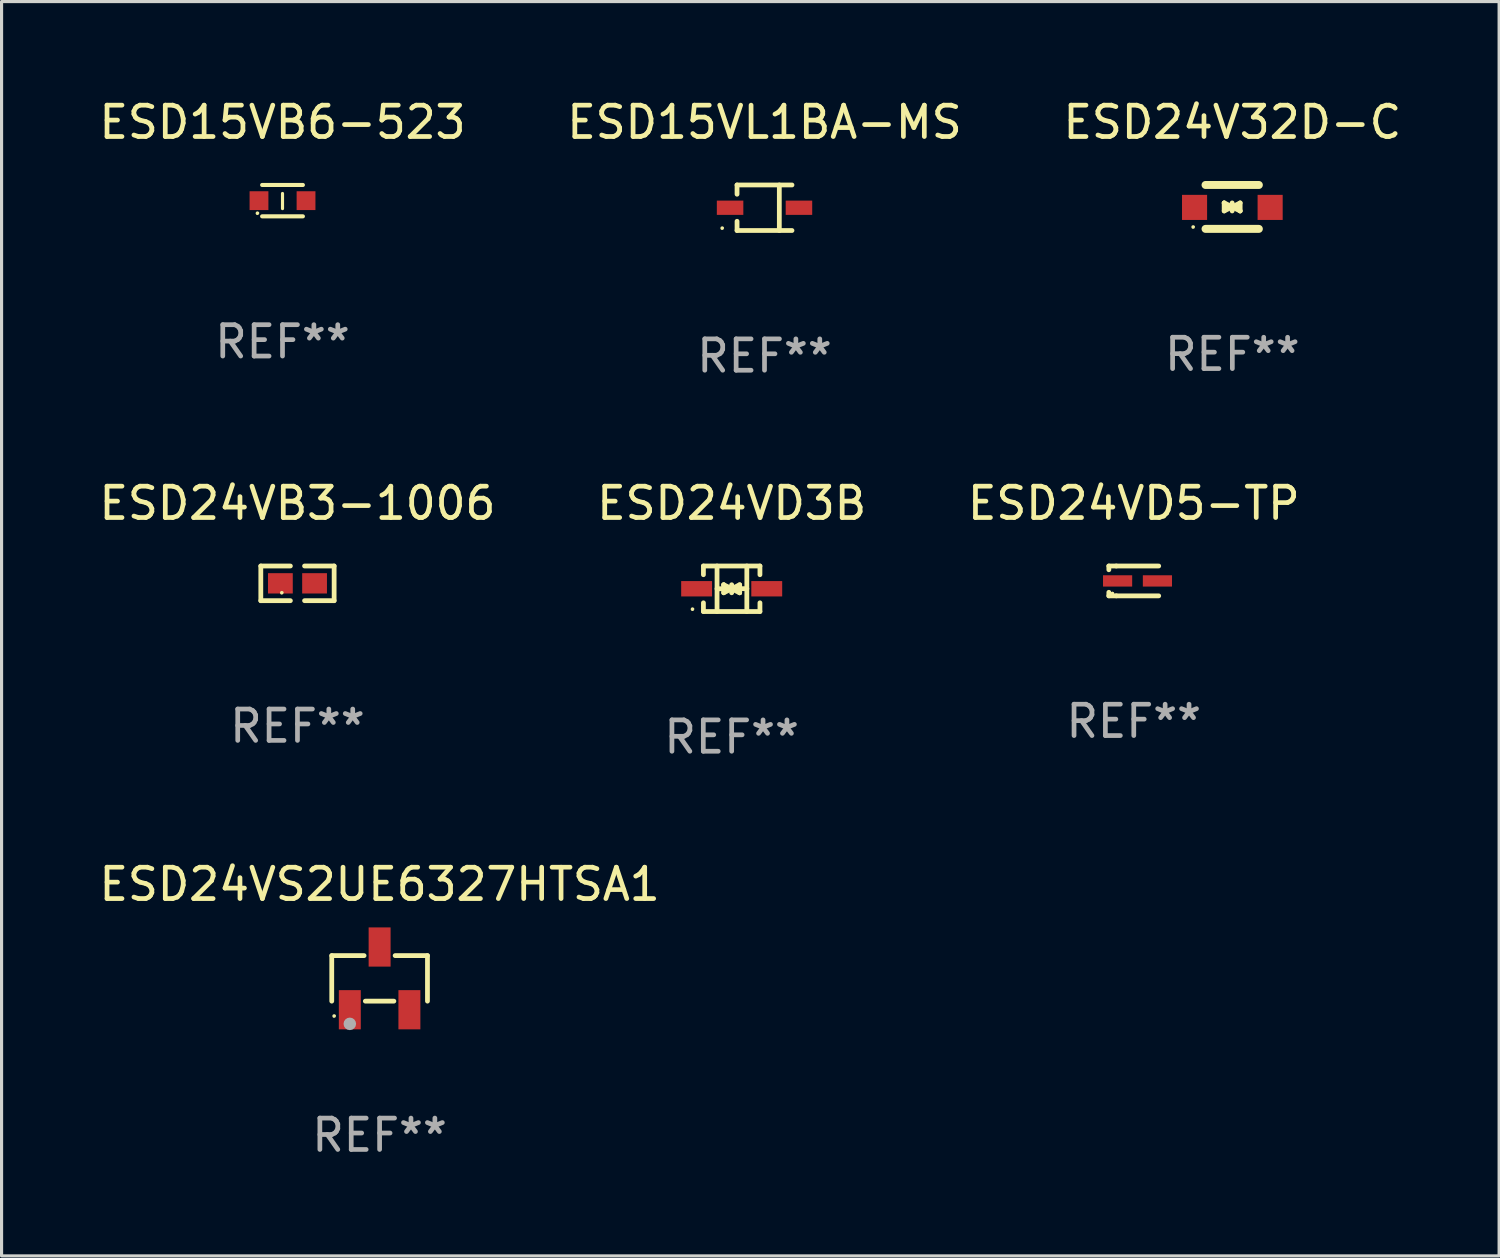
<source format=kicad_pcb>
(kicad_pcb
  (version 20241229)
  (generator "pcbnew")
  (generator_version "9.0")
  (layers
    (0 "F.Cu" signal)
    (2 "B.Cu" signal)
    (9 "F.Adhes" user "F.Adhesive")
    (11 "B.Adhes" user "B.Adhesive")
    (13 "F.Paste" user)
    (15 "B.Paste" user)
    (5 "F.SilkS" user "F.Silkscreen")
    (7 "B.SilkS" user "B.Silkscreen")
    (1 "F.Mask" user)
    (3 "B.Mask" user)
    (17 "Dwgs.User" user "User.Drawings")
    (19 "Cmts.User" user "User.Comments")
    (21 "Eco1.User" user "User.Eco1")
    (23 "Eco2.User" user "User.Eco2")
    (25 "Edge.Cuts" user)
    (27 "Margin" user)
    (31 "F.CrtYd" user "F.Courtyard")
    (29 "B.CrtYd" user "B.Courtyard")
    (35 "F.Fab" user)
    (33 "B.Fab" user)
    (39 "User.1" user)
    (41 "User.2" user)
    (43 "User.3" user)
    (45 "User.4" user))
  (footprint "ESD24VB3-1006"
    (layer "F.Cu")
    (at 6.435 15.55)
    (property "Reference" "ESD24VB3-1006" (at 0 -2.553 0) (layer "F.SilkS") (effects (font (size 1 1) (thickness 0.15))))
    (attr through_hole)
    (fp_line (start -1.169 -0.553) (end -0.226 -0.553) (stroke (width 0.152) (type solid)) (layer "F.SilkS"))
    (fp_line (start -1.169 0.553) (end -1.169 -0.553) (stroke (width 0.152) (type solid)) (layer "F.SilkS"))
    (fp_line (start -0.226 0.553) (end -1.169 0.553) (stroke (width 0.152) (type solid)) (layer "F.SilkS"))
    (fp_line (start 0.226 0.553) (end 1.169 0.553) (stroke (width 0.152) (type solid)) (layer "F.SilkS"))
    (fp_line (start 1.169 -0.553) (end 0.226 -0.553) (stroke (width 0.152) (type solid)) (layer "F.SilkS"))
    (fp_line (start 1.169 0.553) (end 1.169 -0.553) (stroke (width 0.152) (type solid)) (layer "F.SilkS"))
    (fp_circle (center -0.5 0.3) (end -0.47 0.3) (stroke (width 0.06) (type solid)) (fill no) (layer "F.SilkS"))
    (fp_text user "REF**" (at 0 4.553 0) (layer "F.Fab") (effects (font (size 1 1) (thickness 0.15))))
    (pad "1" smd rect (at -0.545 0) (size 0.79 0.648) (layers "F.Cu" "F.Mask" "F.Paste"))
    (pad "2" smd rect (at 0.545 0) (size 0.79 0.648) (layers "F.Cu" "F.Mask" "F.Paste")))
  (footprint "ESD24VD3B"
    (layer "F.Cu")
    (at 20.28 15.723)
    (property "Reference" "ESD24VD3B" (at 0 -2.726 0) (layer "F.SilkS") (effects (font (size 1 1) (thickness 0.15))))
    (attr through_hole)
    (fp_line (start -0.901 -0.726) (end -0.901 -0.448) (stroke (width 0.152) (type solid)) (layer "F.SilkS"))
    (fp_line (start -0.901 0.726) (end -0.901 0.448) (stroke (width 0.152) (type solid)) (layer "F.SilkS"))
    (fp_line (start -0.467 0) (end 0.483 -0.003) (stroke (width 0.154) (type solid)) (layer "F.SilkS"))
    (fp_line (start -0.467 0.726) (end -0.467 -0.726) (stroke (width 0.152) (type solid)) (layer "F.SilkS"))
    (fp_line (start -0.254 -0.127) (end -0.254 -0.127) (stroke (width 0.154) (type solid)) (layer "F.SilkS"))
    (fp_line (start -0.254 -0.127) (end -0.002 -0.003) (stroke (width 0.154) (type solid)) (layer "F.SilkS"))
    (fp_line (start -0.254 0.127) (end -0.254 -0.127) (stroke (width 0.154) (type solid)) (layer "F.SilkS"))
    (fp_line (start -0.127 0) (end 0.003 0) (stroke (width 0.154) (type solid)) (layer "F.SilkS"))
    (fp_line (start -0.003 0) (end -0.254 0.127) (stroke (width 0.154) (type solid)) (layer "F.SilkS"))
    (fp_line (start 0 -0.127) (end 0 0.127) (stroke (width 0.154) (type solid)) (layer "F.SilkS"))
    (fp_line (start 0.003 0) (end 0.254 -0.127) (stroke (width 0.154) (type solid)) (layer "F.SilkS"))
    (fp_line (start 0.127 0) (end -0.003 0) (stroke (width 0.154) (type solid)) (layer "F.SilkS"))
    (fp_line (start 0.254 -0.127) (end 0.254 0.127) (stroke (width 0.154) (type solid)) (layer "F.SilkS"))
    (fp_line (start 0.254 0.127) (end 0.002 0.003) (stroke (width 0.154) (type solid)) (layer "F.SilkS"))
    (fp_line (start 0.254 0.127) (end 0.254 0.127) (stroke (width 0.154) (type solid)) (layer "F.SilkS"))
    (fp_line (start 0.483 0.726) (end 0.483 -0.726) (stroke (width 0.152) (type solid)) (layer "F.SilkS"))
    (fp_line (start 0.901 -0.726) (end -0.901 -0.726) (stroke (width 0.152) (type solid)) (layer "F.SilkS"))
    (fp_line (start 0.901 -0.726) (end 0.901 -0.448) (stroke (width 0.152) (type solid)) (layer "F.SilkS"))
    (fp_line (start 0.901 0.726) (end -0.901 0.726) (stroke (width 0.152) (type solid)) (layer "F.SilkS"))
    (fp_line (start 0.901 0.726) (end 0.901 0.448) (stroke (width 0.152) (type solid)) (layer "F.SilkS"))
    (fp_circle (center -1.25 0.65) (end -1.22 0.65) (stroke (width 0.06) (type solid)) (fill no) (layer "F.SilkS"))
    (fp_text user "REF**" (at 0 4.726 0) (layer "F.Fab") (effects (font (size 1 1) (thickness 0.15))))
    (pad "1" smd rect (at -1.118 0) (size 0.985 0.49) (layers "F.Cu" "F.Mask" "F.Paste"))
    (pad "2" smd rect (at 1.118 0) (size 0.985 0.49) (layers "F.Cu" "F.Mask" "F.Paste")))
  (footprint "ESD15VL1BA-MS"
    (layer "F.Cu")
    (at 21.327 3.574)
    (property "Reference" "ESD15VL1BA-MS" (at 0 -2.726 0) (layer "F.SilkS") (effects (font (size 1 1) (thickness 0.15))))
    (attr through_hole)
    (fp_line (start -0.876 -0.726) (end -0.876 -0.431) (stroke (width 0.152) (type solid)) (layer "F.SilkS"))
    (fp_line (start -0.876 0.726) (end -0.876 0.431) (stroke (width 0.152) (type solid)) (layer "F.SilkS"))
    (fp_line (start 0.472 -0.726) (end 0.472 0.726) (stroke (width 0.152) (type solid)) (layer "F.SilkS"))
    (fp_line (start 0.876 -0.726) (end -0.876 -0.726) (stroke (width 0.152) (type solid)) (layer "F.SilkS"))
    (fp_line (start 0.876 0.726) (end -0.876 0.726) (stroke (width 0.152) (type solid)) (layer "F.SilkS"))
    (fp_circle (center -1.35 0.65) (end -1.32 0.65) (stroke (width 0.06) (type solid)) (fill no) (layer "F.SilkS"))
    (fp_text user "REF**" (at 0 4.726 0) (layer "F.Fab") (effects (font (size 1 1) (thickness 0.15))))
    (pad "1" smd rect (at -1.098 -0.000025 180) (size 0.845 0.455) (layers "F.Cu" "F.Mask" "F.Paste"))
    (pad "2" smd rect (at 1.098 -0.000025 180) (size 0.845 0.455) (layers "F.Cu" "F.Mask" "F.Paste")))
  (footprint "ESD15VB6-523"
    (layer "F.Cu")
    (at 5.958 3.348)
    (property "Reference" "ESD15VB6-523" (at 0 -2.5 0) (layer "F.SilkS") (effects (font (size 1 1) (thickness 0.15))))
    (attr through_hole)
    (fp_line (start -0.65 -0.5) (end 0.65 -0.5) (stroke (width 0.13) (type solid)) (layer "F.SilkS"))
    (fp_line (start -0.65 0.5) (end 0.65 0.5) (stroke (width 0.13) (type solid)) (layer "F.SilkS"))
    (fp_line (start 0 -0.229) (end 0 0.254) (stroke (width 0.1) (type solid)) (layer "F.SilkS"))
    (fp_circle (center -0.8 0.4) (end -0.77 0.4) (stroke (width 0.06) (type solid)) (fill no) (layer "F.SilkS"))
    (fp_text user "REF**" (at 0 4.5 0) (layer "F.Fab") (effects (font (size 1 1) (thickness 0.15))))
    (pad "1" smd rect (at -0.75 0) (size 0.6 0.6) (layers "F.Cu" "F.Mask" "F.Paste"))
    (pad "2" smd rect (at 0.75 0 180) (size 0.6 0.6) (layers "F.Cu" "F.Mask" "F.Paste")))
  (footprint "ESD24V32D-C"
    (layer "F.Cu")
    (at 36.244 3.548)
    (property "Reference" "ESD24V32D-C" (at 0 -2.7 0) (layer "F.SilkS") (effects (font (size 1 1) (thickness 0.15))))
    (attr through_hole)
    (fp_line (start -0.855 -0.7) (end 0.845 -0.7) (stroke (width 0.254) (type solid)) (layer "F.SilkS"))
    (fp_line (start -0.855 0.7) (end 0.845 0.7) (stroke (width 0.254) (type solid)) (layer "F.SilkS"))
    (fp_line (start -0.26 -0.127) (end -0.26 -0.127) (stroke (width 0.154) (type solid)) (layer "F.SilkS"))
    (fp_line (start -0.26 -0.127) (end -0.008 -0.003) (stroke (width 0.154) (type solid)) (layer "F.SilkS"))
    (fp_line (start -0.26 0.127) (end -0.26 -0.127) (stroke (width 0.154) (type solid)) (layer "F.SilkS"))
    (fp_line (start -0.133 0.000483) (end -0.003 0.000483) (stroke (width 0.154) (type solid)) (layer "F.SilkS"))
    (fp_line (start -0.009 0.000483) (end -0.26 0.127) (stroke (width 0.154) (type solid)) (layer "F.SilkS"))
    (fp_line (start -0.006 -0.127) (end -0.006 0.127) (stroke (width 0.154) (type solid)) (layer "F.SilkS"))
    (fp_line (start -0.003 0.000483) (end 0.248 -0.127) (stroke (width 0.154) (type solid)) (layer "F.SilkS"))
    (fp_line (start 0.121 0.000483) (end -0.009 0.000483) (stroke (width 0.154) (type solid)) (layer "F.SilkS"))
    (fp_line (start 0.248 -0.127) (end 0.248 0.127) (stroke (width 0.154) (type solid)) (layer "F.SilkS"))
    (fp_line (start 0.248 0.127) (end -0.004 0.004) (stroke (width 0.154) (type solid)) (layer "F.SilkS"))
    (fp_line (start 0.248 0.127) (end 0.248 0.127) (stroke (width 0.154) (type solid)) (layer "F.SilkS"))
    (fp_circle (center -1.25 0.64) (end -1.22 0.64) (stroke (width 0.06) (type solid)) (fill no) (layer "F.SilkS"))
    (fp_text user "REF**" (at 0 4.7 0) (layer "F.Fab") (effects (font (size 1 1) (thickness 0.15))))
    (pad "1" smd rect (at -1.205 0.015) (size 0.8 0.8) (layers "F.Cu" "F.Mask" "F.Paste"))
    (pad "2" smd rect (at 1.205 0.015) (size 0.8 0.8) (layers "F.Cu" "F.Mask" "F.Paste")))
  (footprint "ESD24VD5-TP"
    (layer "F.Cu")
    (at 33.101 15.473)
    (property "Reference" "ESD24VD5-TP" (at 0 -2.476 0) (layer "F.SilkS") (effects (font (size 1 1) (thickness 0.15))))
    (attr through_hole)
    (fp_line (start -0.795 -0.476) (end -0.795 -0.356) (stroke (width 0.152) (type solid)) (layer "F.SilkS"))
    (fp_line (start -0.795 0.363) (end -0.795 0.476) (stroke (width 0.152) (type solid)) (layer "F.SilkS"))
    (fp_line (start -0.795 0.476) (end -0.557 0.476) (stroke (width 0.152) (type solid)) (layer "F.SilkS"))
    (fp_line (start -0.557 -0.476) (end -0.795 -0.476) (stroke (width 0.152) (type solid)) (layer "F.SilkS"))
    (fp_line (start -0.557 -0.476) (end 0.795 -0.476) (stroke (width 0.152) (type solid)) (layer "F.SilkS"))
    (fp_line (start -0.557 0.476) (end 0.795 0.476) (stroke (width 0.152) (type solid)) (layer "F.SilkS"))
    (fp_circle (center -0.681 0.4) (end -0.651 0.4) (stroke (width 0.06) (type solid)) (fill no) (layer "F.SilkS"))
    (fp_text user "REF**" (at 0 4.476 0) (layer "F.Fab") (effects (font (size 1 1) (thickness 0.15))))
    (pad "1" smd rect (at -0.516 0 180) (size 0.93 0.36) (layers "F.Cu" "F.Mask" "F.Paste"))
    (pad "2" smd rect (at 0.754 0 180) (size 0.93 0.36) (layers "F.Cu" "F.Mask" "F.Paste")))
  (footprint "ESD24VS2UE6327HTSA1"
    (layer "F.Cu")
    (at 9.054 28.146)
    (property "Reference" "ESD24VS2UE6327HTSA1" (at 0 -3 0) (layer "F.SilkS") (effects (font (size 1 1) (thickness 0.15))))
    (attr through_hole)
    (fp_line (start -1.526 -0.726) (end -0.495 -0.726) (stroke (width 0.152) (type solid)) (layer "F.SilkS"))
    (fp_line (start -1.526 0.726) (end -1.526 -0.726) (stroke (width 0.152) (type solid)) (layer "F.SilkS"))
    (fp_line (start 0.455 0.726) (end -0.455 0.726) (stroke (width 0.152) (type solid)) (layer "F.SilkS"))
    (fp_line (start 1.526 -0.726) (end 0.495 -0.726) (stroke (width 0.152) (type solid)) (layer "F.SilkS"))
    (fp_line (start 1.526 0.726) (end 1.526 -0.726) (stroke (width 0.152) (type solid)) (layer "F.SilkS"))
    (fp_circle (center -1.45 1.2) (end -1.42 1.2) (stroke (width 0.06) (type solid)) (fill no) (layer "F.SilkS"))
    (fp_circle (center -0.95 1.45) (end -0.85 1.45) (stroke (width 0.2) (type solid)) (fill no) (layer "F.Fab"))
    (fp_text user "REF**" (at 0 5 0) (layer "F.Fab") (effects (font (size 1 1) (thickness 0.15))))
    (pad "1" smd rect (at -0.95 1 270) (size 1.25 0.7) (layers "F.Cu" "F.Mask" "F.Paste"))
    (pad "2" smd rect (at 0.95 1 270) (size 1.25 0.7) (layers "F.Cu" "F.Mask" "F.Paste"))
    (pad "3" smd rect (at 0 -1 270) (size 1.25 0.7) (layers "F.Cu" "F.Mask" "F.Paste")))
  (gr_rect
    (start -3 -3)
    (end 44.75 36.994)
    (stroke (width 0.1) (type default))
    (fill no)
    (layer "Edge.Cuts")))
</source>
